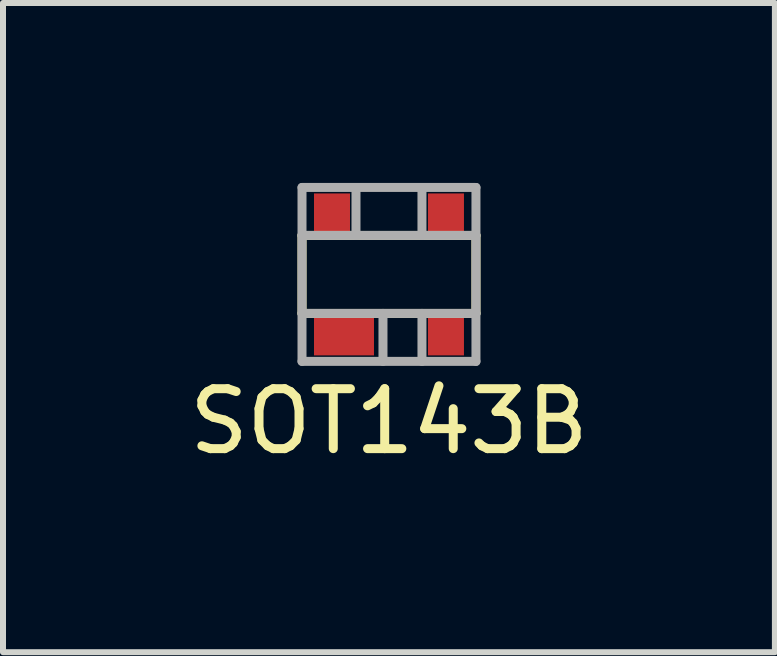
<source format=kicad_pcb>
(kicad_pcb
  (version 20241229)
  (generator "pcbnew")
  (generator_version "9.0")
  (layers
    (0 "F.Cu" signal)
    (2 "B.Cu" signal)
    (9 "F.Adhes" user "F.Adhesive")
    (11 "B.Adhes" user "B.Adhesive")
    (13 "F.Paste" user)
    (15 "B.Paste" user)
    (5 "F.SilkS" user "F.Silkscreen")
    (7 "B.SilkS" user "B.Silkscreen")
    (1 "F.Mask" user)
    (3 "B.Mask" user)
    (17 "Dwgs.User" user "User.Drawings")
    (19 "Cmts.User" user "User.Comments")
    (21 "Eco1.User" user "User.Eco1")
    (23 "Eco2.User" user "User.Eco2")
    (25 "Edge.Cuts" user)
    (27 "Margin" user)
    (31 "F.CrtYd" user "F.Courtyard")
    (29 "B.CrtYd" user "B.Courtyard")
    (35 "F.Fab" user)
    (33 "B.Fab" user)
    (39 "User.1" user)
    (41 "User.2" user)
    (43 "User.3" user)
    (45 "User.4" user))
  (footprint "SOT143B"
    (layer "F.Cu")
    (at 3.435 1.525)
    (property "Reference" "SOT143B" (at 0 2.45 0) (layer "F.SilkS") (effects (font (size 1 1) (thickness 0.15))))
    (attr smd)
    (fp_line (start -1.45 -0.65) (end -1.45 0.65) (stroke (width 0.15) (type solid)) (layer "F.SilkS"))
    (fp_line (start -1.45 -0.65) (end 1.45 -0.65) (stroke (width 0.15) (type solid)) (layer "F.SilkS"))
    (fp_line (start -1.45 0.65) (end 1.45 0.65) (stroke (width 0.15) (type solid)) (layer "F.SilkS"))
    (fp_line (start 1.45 0.65) (end 1.45 -0.65) (stroke (width 0.15) (type solid)) (layer "F.SilkS"))
    (fp_line (start -1.45 -1.45) (end 1.45 -1.45) (stroke (width 0.15) (type solid)) (layer "F.Fab"))
    (fp_line (start -1.45 -0.65) (end 1.45 -0.65) (stroke (width 0.15) (type solid)) (layer "F.Fab"))
    (fp_line (start -1.45 1.45) (end -1.45 -1.45) (stroke (width 0.15) (type solid)) (layer "F.Fab"))
    (fp_line (start -0.55 -0.65) (end -0.55 -1.45) (stroke (width 0.15) (type solid)) (layer "F.Fab"))
    (fp_line (start -0.1 0.65) (end -0.1 1.45) (stroke (width 0.15) (type solid)) (layer "F.Fab"))
    (fp_line (start 0.55 -1.45) (end 0.55 -0.65) (stroke (width 0.15) (type solid)) (layer "F.Fab"))
    (fp_line (start 0.55 1.45) (end 0.55 0.65) (stroke (width 0.15) (type solid)) (layer "F.Fab"))
    (fp_line (start 1.45 -1.45) (end 1.45 1.45) (stroke (width 0.15) (type solid)) (layer "F.Fab"))
    (fp_line (start 1.45 0.65) (end -1.45 0.65) (stroke (width 0.15) (type solid)) (layer "F.Fab"))
    (fp_line (start 1.45 1.45) (end -1.45 1.45) (stroke (width 0.15) (type solid)) (layer "F.Fab"))
    (pad "1" smd rect (at -0.75 1) (size 1 0.7) (layers "F.Cu" "F.Mask" "F.Paste"))
    (pad "2" smd rect (at 0.95 1) (size 0.6 0.7) (layers "F.Cu" "F.Mask" "F.Paste"))
    (pad "3" smd rect (at 0.95 -1) (size 0.6 0.7) (layers "F.Cu" "F.Mask" "F.Paste"))
    (pad "4" smd rect (at -0.95 -1) (size 0.6 0.7) (layers "F.Cu" "F.Mask" "F.Paste")))
  (gr_rect
    (start -3 -3)
    (end 9.869 7.823)
    (stroke (width 0.1) (type default))
    (fill no)
    (layer "Edge.Cuts")))
</source>
